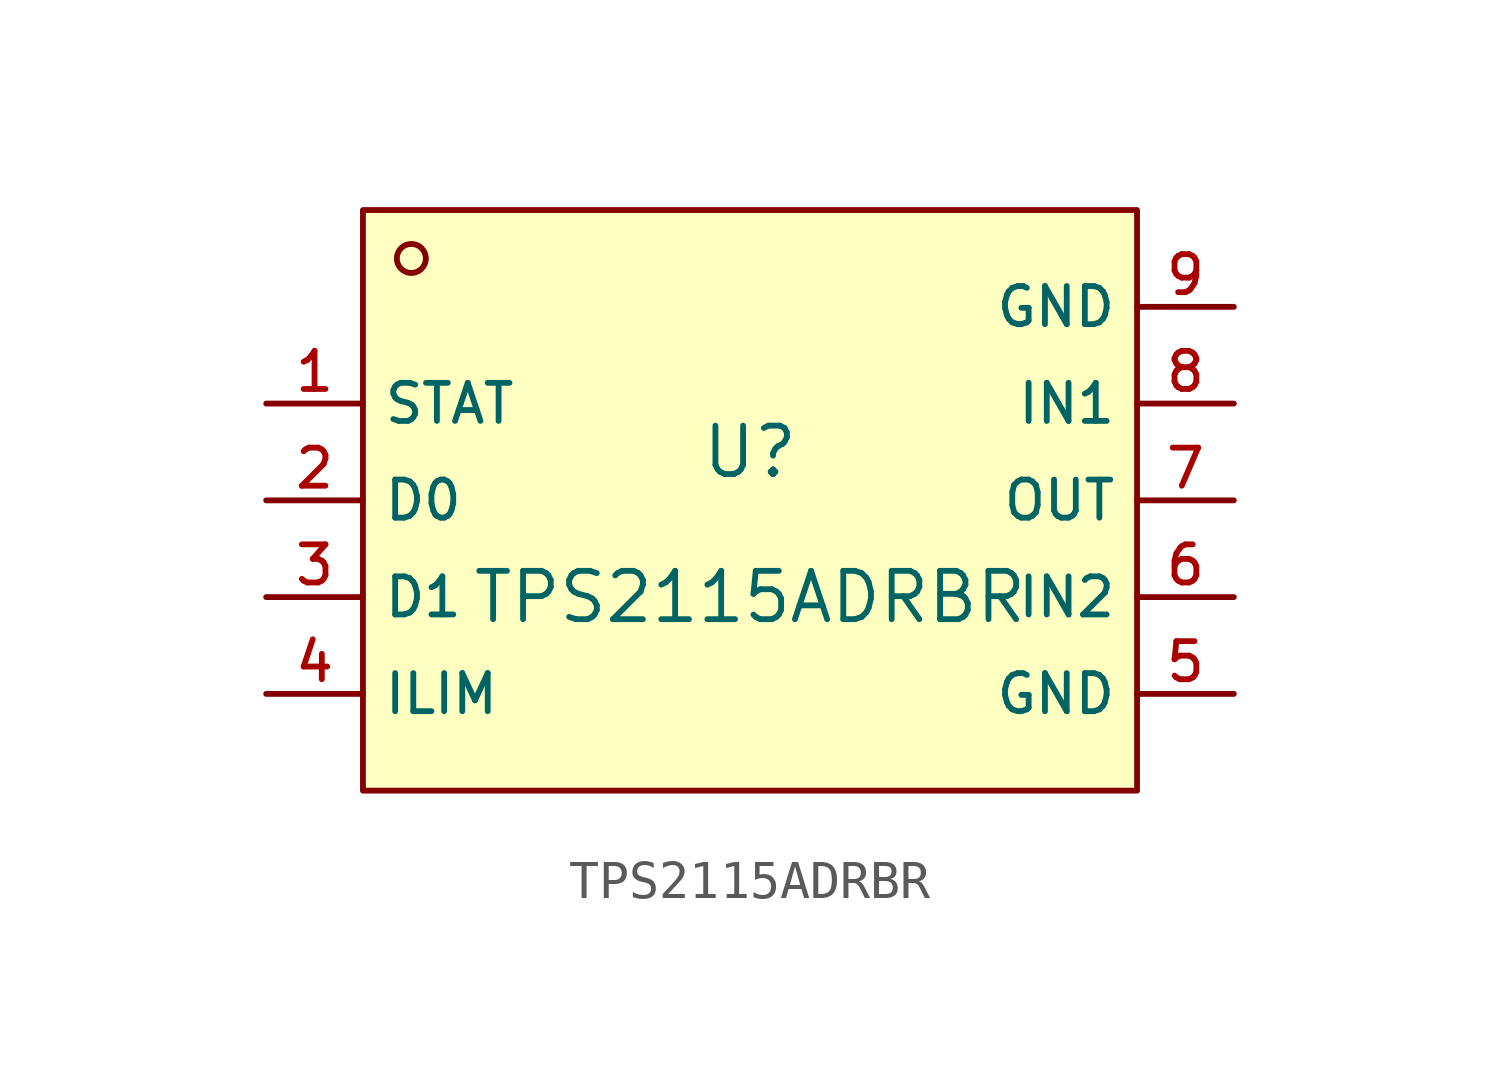
<source format=kicad_sym>
(kicad_symbol_lib
  (version 20210201)
  (generator TousstNicolas/JLC2KiCad_lib)
  (symbol "TPS2115ADRBR"
    (property "Reference" "U"
      (at 0 1.27 0)
      (effects (font (size 1.27 1.27))))
    (property "Value" "TPS2115ADRBR"
      (at 0 -2.54 0)
      (effects (font (size 1.27 1.27))))
    (symbol "TPS2115ADRBR_0_1"
      (rectangle (start -10.16 7.62) (end 10.16 -7.62) (stroke (width 0) (type default) (color 0 0 0 0)) (fill (type background)))
      (circle (center -8.89 6.35) (radius 0.381) (stroke (width 0) (type default) (color 0 0 0 0)) (fill (type background)))
      (pin unspecified line (at -12.7 2.54 0) (length 2.54) (name "STAT" (effects (font (size 1 1)))) (number "1" (effects (font (size 1 1)))))
      (pin unspecified line (at -12.7 -0.0 0) (length 2.54) (name "D0" (effects (font (size 1 1)))) (number "2" (effects (font (size 1 1)))))
      (pin unspecified line (at -12.7 -2.54 0) (length 2.54) (name "D1" (effects (font (size 1 1)))) (number "3" (effects (font (size 1 1)))))
      (pin unspecified line (at -12.7 -5.08 0) (length 2.54) (name "ILIM" (effects (font (size 1 1)))) (number "4" (effects (font (size 1 1)))))
      (pin unspecified line (at 12.7 -5.08 180) (length 2.54) (name "GND" (effects (font (size 1 1)))) (number "5" (effects (font (size 1 1)))))
      (pin unspecified line (at 12.7 -2.54 180) (length 2.54) (name "IN2" (effects (font (size 1 1)))) (number "6" (effects (font (size 1 1)))))
      (pin unspecified line (at 12.7 -0.0 180) (length 2.54) (name "OUT" (effects (font (size 1 1)))) (number "7" (effects (font (size 1 1)))))
      (pin unspecified line (at 12.7 2.54 180) (length 2.54) (name "IN1" (effects (font (size 1 1)))) (number "8" (effects (font (size 1 1)))))
      (pin unspecified line (at 12.7 5.08 180) (length 2.54) (name "GND" (effects (font (size 1 1)))) (number "9" (effects (font (size 1 1))))))))
</source>
